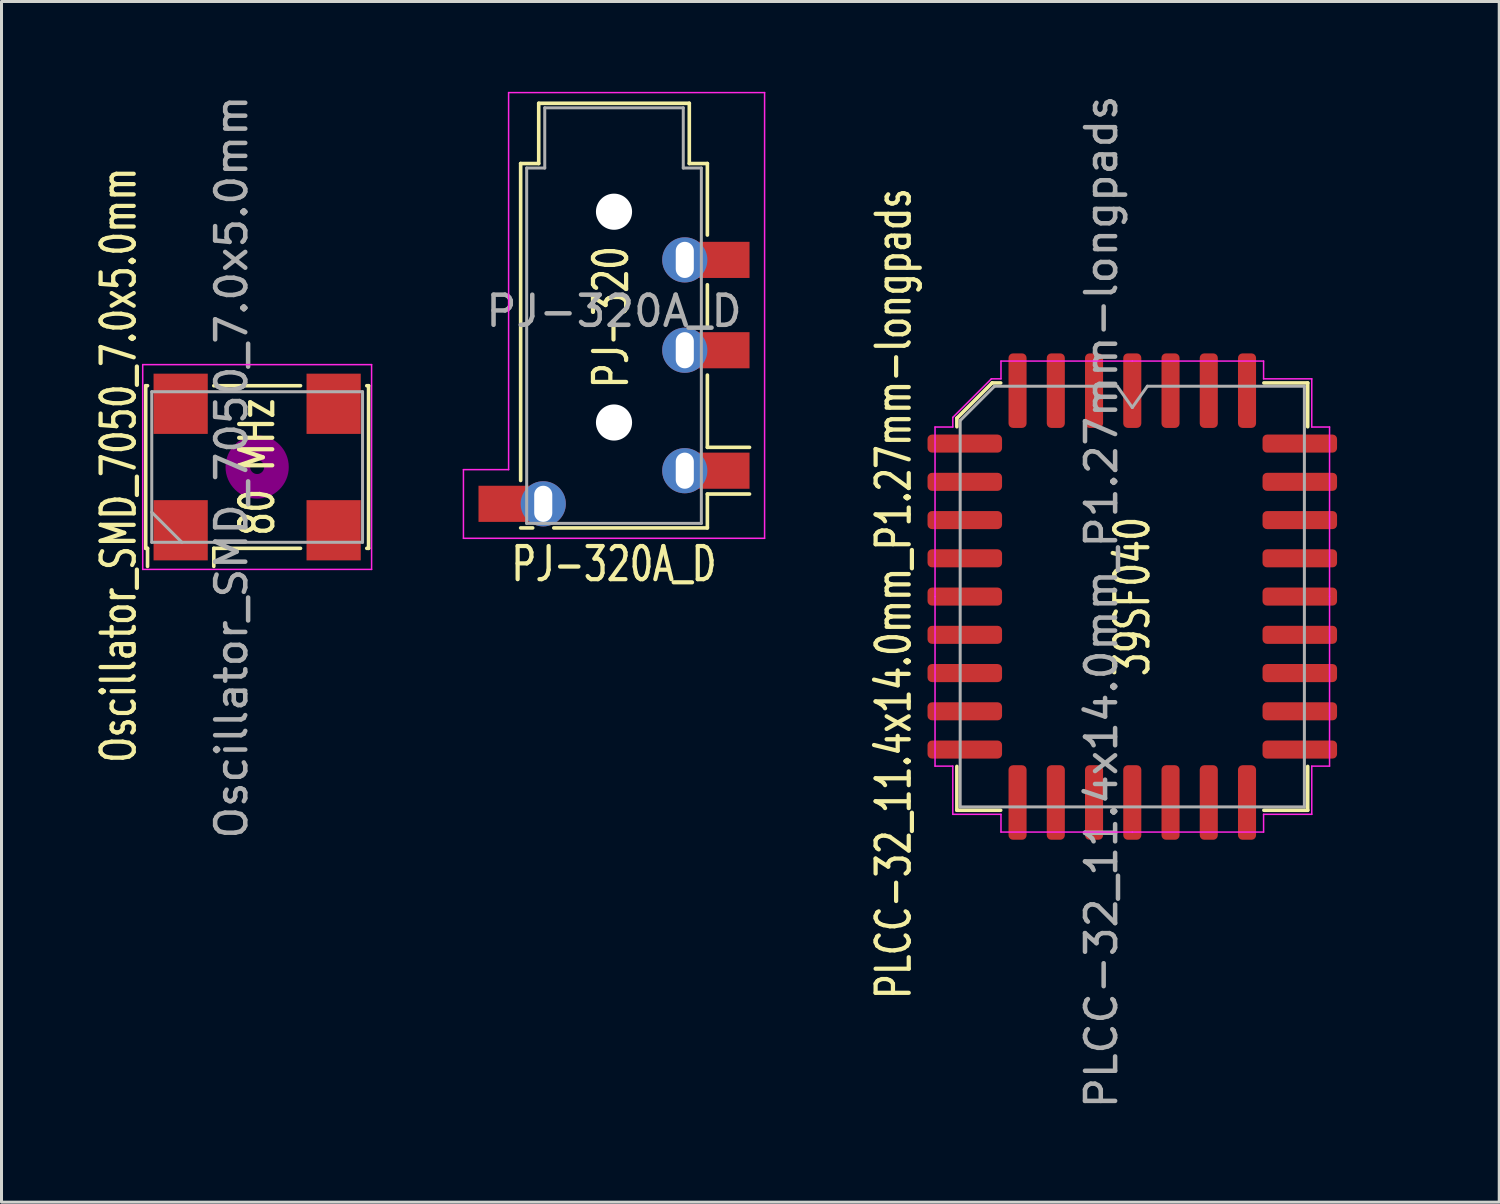
<source format=kicad_pcb>
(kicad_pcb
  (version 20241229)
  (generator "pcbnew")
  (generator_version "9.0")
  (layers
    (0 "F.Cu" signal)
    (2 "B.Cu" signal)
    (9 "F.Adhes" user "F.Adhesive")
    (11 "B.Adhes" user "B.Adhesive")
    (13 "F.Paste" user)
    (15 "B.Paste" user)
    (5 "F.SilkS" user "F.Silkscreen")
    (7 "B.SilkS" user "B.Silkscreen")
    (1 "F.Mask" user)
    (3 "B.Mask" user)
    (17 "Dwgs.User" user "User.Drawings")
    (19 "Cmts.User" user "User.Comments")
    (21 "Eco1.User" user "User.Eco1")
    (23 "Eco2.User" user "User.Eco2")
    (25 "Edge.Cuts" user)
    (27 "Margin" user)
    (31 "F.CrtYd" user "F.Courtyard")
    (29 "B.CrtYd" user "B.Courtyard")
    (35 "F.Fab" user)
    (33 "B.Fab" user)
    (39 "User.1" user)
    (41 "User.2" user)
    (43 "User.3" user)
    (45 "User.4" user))
  (footprint "Oscillator_SMD_7050_7.0x5.0mm"
    (layer "F.Cu")
    (at 5.489 12.458)
    (property "Reference" "Oscillator_SMD_7050_7.0x5.0mm" (at -4.6 -0.062 90) (layer "F.SilkS") (effects (font (size 1.1 0.8) (thickness 0.14))))
    (property "Value" "80 MHz" (at 1.05 0 90) (layer "F.Fab") (hide yes) (effects (font (size 1 0.8) (thickness 0.15))))
    (attr smd)
    (fp_line (start -3.7 -2.7) (end -3.64 -2.7) (stroke (width 0.12) (type solid)) (layer "F.SilkS"))
    (fp_line (start -3.7 2.7) (end -3.7 -2.7) (stroke (width 0.12) (type solid)) (layer "F.SilkS"))
    (fp_line (start -3.64 2.7) (end -3.7 2.7) (stroke (width 0.12) (type solid)) (layer "F.SilkS"))
    (fp_line (start -3.64 3.3) (end -3.64 2.7) (stroke (width 0.12) (type solid)) (layer "F.SilkS"))
    (fp_line (start -1.44 -2.7) (end 1.44 -2.7) (stroke (width 0.12) (type solid)) (layer "F.SilkS"))
    (fp_line (start -1.44 2.7) (end -1.44 3.3) (stroke (width 0.12) (type solid)) (layer "F.SilkS"))
    (fp_line (start 1.44 2.7) (end -1.44 2.7) (stroke (width 0.12) (type solid)) (layer "F.SilkS"))
    (fp_line (start 3.64 -2.7) (end 3.7 -2.7) (stroke (width 0.12) (type solid)) (layer "F.SilkS"))
    (fp_line (start 3.7 -2.7) (end 3.7 2.7) (stroke (width 0.12) (type solid)) (layer "F.SilkS"))
    (fp_line (start 3.7 2.7) (end 3.64 2.7) (stroke (width 0.12) (type solid)) (layer "F.SilkS"))
    (fp_circle (center 0 0) (end 0.233 0) (stroke (width 0.467) (type solid)) (fill no) (layer "F.Adhes"))
    (fp_circle (center 0 0) (end 0.533 0) (stroke (width 0.333) (type solid)) (fill no) (layer "F.Adhes"))
    (fp_circle (center 0 0) (end 0.833 0) (stroke (width 0.333) (type solid)) (fill no) (layer "F.Adhes"))
    (fp_circle (center 0 0) (end 1 0) (stroke (width 0.1) (type solid)) (fill no) (layer "F.Adhes"))
    (fp_line (start -3.8 -3.4) (end -3.8 3.4) (stroke (width 0.05) (type solid)) (layer "F.CrtYd"))
    (fp_line (start -3.8 3.4) (end 3.8 3.4) (stroke (width 0.05) (type solid)) (layer "F.CrtYd"))
    (fp_line (start 3.8 -3.4) (end -3.8 -3.4) (stroke (width 0.05) (type solid)) (layer "F.CrtYd"))
    (fp_line (start 3.8 3.4) (end 3.8 -3.4) (stroke (width 0.05) (type solid)) (layer "F.CrtYd"))
    (fp_line (start -3.5 -2.5) (end -3.5 2.5) (stroke (width 0.1) (type solid)) (layer "F.Fab"))
    (fp_line (start -3.5 1.5) (end -2.5 2.5) (stroke (width 0.1) (type solid)) (layer "F.Fab"))
    (fp_line (start -3.5 2.5) (end 3.5 2.5) (stroke (width 0.1) (type solid)) (layer "F.Fab"))
    (fp_line (start 3.5 -2.5) (end -3.5 -2.5) (stroke (width 0.1) (type solid)) (layer "F.Fab"))
    (fp_line (start 3.5 2.5) (end 3.5 -2.5) (stroke (width 0.1) (type solid)) (layer "F.Fab"))
    (fp_text user "${VALUE}" (at 0 0 90) (layer "F.SilkS") (effects (font (size 1.1 0.8) (thickness 0.14))))
    (fp_text user "${REFERENCE}" (at -0.85 0 90) (layer "F.Fab") (effects (font (size 1 1) (thickness 0.15))))
    (pad "1" smd rect (at -2.54 2.1) (size 1.8 2) (layers "F.Cu" "F.Mask" "F.Paste"))
    (pad "2" smd rect (at 2.54 2.1) (size 1.8 2) (layers "F.Cu" "F.Mask" "F.Paste"))
    (pad "3" smd rect (at 2.54 -2.1) (size 1.8 2) (layers "F.Cu" "F.Mask" "F.Paste"))
    (pad "4" smd rect (at -2.54 -2.1) (size 1.8 2) (layers "F.Cu" "F.Mask" "F.Paste")))
  (footprint "PLCC-32_11.4x14.0mm_P1.27mm-longpads"
    (layer "F.Cu")
    (at 34.549 16.76)
    (property "Reference" "PLCC-32_11.4x14.0mm_P1.27mm-longpads" (at -7.925 -0.1 90) (unlocked yes) (layer "F.SilkS") (effects (font (size 1.1 0.8) (thickness 0.14))))
    (property "Value" "39SF040" (at 1.059 0.153 90) (layer "F.Fab") (hide yes) (effects (font (size 1 1) (thickness 0.15))))
    (attr smd)
    (fp_line (start -5.825 -5.923) (end -5.825 -5.64) (stroke (width 0.12) (type solid)) (layer "F.SilkS"))
    (fp_line (start -5.825 7.095) (end -5.825 5.64) (stroke (width 0.12) (type solid)) (layer "F.SilkS"))
    (fp_line (start -4.653 -7.095) (end -5.825 -5.923) (stroke (width 0.12) (type solid)) (layer "F.SilkS"))
    (fp_line (start -4.37 -7.095) (end -4.653 -7.095) (stroke (width 0.12) (type solid)) (layer "F.SilkS"))
    (fp_line (start -4.37 7.095) (end -5.825 7.095) (stroke (width 0.12) (type solid)) (layer "F.SilkS"))
    (fp_line (start 4.37 -7.095) (end 5.825 -7.095) (stroke (width 0.12) (type solid)) (layer "F.SilkS"))
    (fp_line (start 4.37 7.095) (end 5.825 7.095) (stroke (width 0.12) (type solid)) (layer "F.SilkS"))
    (fp_line (start 5.825 -7.095) (end 5.825 -5.64) (stroke (width 0.12) (type solid)) (layer "F.SilkS"))
    (fp_line (start 5.825 7.095) (end 5.825 5.64) (stroke (width 0.12) (type solid)) (layer "F.SilkS"))
    (fp_line (start -9.125 -9.4) (end -9.125 10.4) (stroke (width 0.12) (type solid)) (layer "Eco1.User"))
    (fp_line (start -9.125 10.4) (end 9.125 10.4) (stroke (width 0.12) (type solid)) (layer "Eco1.User"))
    (fp_line (start -8.125 -10.4) (end -9.125 -9.4) (stroke (width 0.12) (type solid)) (layer "Eco1.User"))
    (fp_line (start 9.125 -10.4) (end -8.125 -10.4) (stroke (width 0.12) (type solid)) (layer "Eco1.User"))
    (fp_line (start 9.125 10.4) (end 9.125 -10.4) (stroke (width 0.12) (type solid)) (layer "Eco1.User"))
    (fp_line (start -6.55 -5.63) (end -6.55 0) (stroke (width 0.05) (type solid)) (layer "F.CrtYd"))
    (fp_line (start -6.55 5.63) (end -6.55 0) (stroke (width 0.05) (type solid)) (layer "F.CrtYd"))
    (fp_line (start -5.96 -5.95) (end -5.96 -5.63) (stroke (width 0.05) (type solid)) (layer "F.CrtYd"))
    (fp_line (start -5.96 -5.63) (end -6.55 -5.63) (stroke (width 0.05) (type solid)) (layer "F.CrtYd"))
    (fp_line (start -5.96 5.63) (end -6.55 5.63) (stroke (width 0.05) (type solid)) (layer "F.CrtYd"))
    (fp_line (start -5.96 7.23) (end -5.96 5.63) (stroke (width 0.05) (type solid)) (layer "F.CrtYd"))
    (fp_line (start -4.68 -7.23) (end -5.96 -5.95) (stroke (width 0.05) (type solid)) (layer "F.CrtYd"))
    (fp_line (start -4.36 -7.82) (end -4.36 -7.23) (stroke (width 0.05) (type solid)) (layer "F.CrtYd"))
    (fp_line (start -4.36 -7.23) (end -4.68 -7.23) (stroke (width 0.05) (type solid)) (layer "F.CrtYd"))
    (fp_line (start -4.36 7.23) (end -5.96 7.23) (stroke (width 0.05) (type solid)) (layer "F.CrtYd"))
    (fp_line (start -4.36 7.82) (end -4.36 7.23) (stroke (width 0.05) (type solid)) (layer "F.CrtYd"))
    (fp_line (start 0 -7.82) (end -4.36 -7.82) (stroke (width 0.05) (type solid)) (layer "F.CrtYd"))
    (fp_line (start 0 -7.82) (end 4.36 -7.82) (stroke (width 0.05) (type solid)) (layer "F.CrtYd"))
    (fp_line (start 0 7.82) (end -4.36 7.82) (stroke (width 0.05) (type solid)) (layer "F.CrtYd"))
    (fp_line (start 0 7.82) (end 4.36 7.82) (stroke (width 0.05) (type solid)) (layer "F.CrtYd"))
    (fp_line (start 4.36 -7.82) (end 4.36 -7.23) (stroke (width 0.05) (type solid)) (layer "F.CrtYd"))
    (fp_line (start 4.36 -7.23) (end 5.96 -7.23) (stroke (width 0.05) (type solid)) (layer "F.CrtYd"))
    (fp_line (start 4.36 7.23) (end 5.96 7.23) (stroke (width 0.05) (type solid)) (layer "F.CrtYd"))
    (fp_line (start 4.36 7.82) (end 4.36 7.23) (stroke (width 0.05) (type solid)) (layer "F.CrtYd"))
    (fp_line (start 5.96 -7.23) (end 5.96 -5.63) (stroke (width 0.05) (type solid)) (layer "F.CrtYd"))
    (fp_line (start 5.96 -5.63) (end 6.55 -5.63) (stroke (width 0.05) (type solid)) (layer "F.CrtYd"))
    (fp_line (start 5.96 5.63) (end 6.55 5.63) (stroke (width 0.05) (type solid)) (layer "F.CrtYd"))
    (fp_line (start 5.96 7.23) (end 5.96 5.63) (stroke (width 0.05) (type solid)) (layer "F.CrtYd"))
    (fp_line (start 6.55 -5.63) (end 6.55 0) (stroke (width 0.05) (type solid)) (layer "F.CrtYd"))
    (fp_line (start 6.55 5.63) (end 6.55 0) (stroke (width 0.05) (type solid)) (layer "F.CrtYd"))
    (fp_line (start -5.715 -5.845) (end -4.575 -6.985) (stroke (width 0.1) (type solid)) (layer "F.Fab"))
    (fp_line (start -5.715 6.985) (end -5.715 -5.845) (stroke (width 0.1) (type solid)) (layer "F.Fab"))
    (fp_line (start -4.575 -6.985) (end -0.5 -6.985) (stroke (width 0.1) (type solid)) (layer "F.Fab"))
    (fp_line (start -0.5 -6.985) (end 0 -6.278) (stroke (width 0.1) (type solid)) (layer "F.Fab"))
    (fp_line (start 0 -6.278) (end 0.5 -6.985) (stroke (width 0.1) (type solid)) (layer "F.Fab"))
    (fp_line (start 0.5 -6.985) (end 5.715 -6.985) (stroke (width 0.1) (type solid)) (layer "F.Fab"))
    (fp_line (start 5.715 -6.985) (end 5.715 6.985) (stroke (width 0.1) (type solid)) (layer "F.Fab"))
    (fp_line (start 5.715 6.985) (end -5.715 6.985) (stroke (width 0.1) (type solid)) (layer "F.Fab"))
    (fp_text user "${VALUE}" (at 0 0 90) (unlocked yes) (layer "F.SilkS") (effects (font (size 1.1 0.8) (thickness 0.14))))
    (fp_text user "${REFERENCE}" (at -1.025 0.175 90) (layer "F.Fab") (effects (font (size 1 1) (thickness 0.15))))
    (pad "1" smd roundrect (at 0 -6.838) (size 0.6 2.475) (layers "F.Cu" "F.Mask" "F.Paste") (roundrect_rratio 0.25))
    (pad "2" smd roundrect (at -1.27 -6.838) (size 0.6 2.475) (layers "F.Cu" "F.Mask" "F.Paste") (roundrect_rratio 0.25))
    (pad "3" smd roundrect (at -2.54 -6.838) (size 0.6 2.475) (layers "F.Cu" "F.Mask" "F.Paste") (roundrect_rratio 0.25))
    (pad "4" smd roundrect (at -3.81 -6.838) (size 0.6 2.475) (layers "F.Cu" "F.Mask" "F.Paste") (roundrect_rratio 0.25))
    (pad "5" smd roundrect (at -5.562 -5.08) (size 2.475 0.6) (layers "F.Cu" "F.Mask" "F.Paste") (roundrect_rratio 0.25))
    (pad "6" smd roundrect (at -5.562 -3.81) (size 2.475 0.6) (layers "F.Cu" "F.Mask" "F.Paste") (roundrect_rratio 0.25))
    (pad "7" smd roundrect (at -5.562 -2.54) (size 2.475 0.6) (layers "F.Cu" "F.Mask" "F.Paste") (roundrect_rratio 0.25))
    (pad "8" smd roundrect (at -5.562 -1.27) (size 2.475 0.6) (layers "F.Cu" "F.Mask" "F.Paste") (roundrect_rratio 0.25))
    (pad "9" smd roundrect (at -5.562 0) (size 2.475 0.6) (layers "F.Cu" "F.Mask" "F.Paste") (roundrect_rratio 0.25))
    (pad "10" smd roundrect (at -5.562 1.27) (size 2.475 0.6) (layers "F.Cu" "F.Mask" "F.Paste") (roundrect_rratio 0.25))
    (pad "11" smd roundrect (at -5.562 2.54) (size 2.475 0.6) (layers "F.Cu" "F.Mask" "F.Paste") (roundrect_rratio 0.25))
    (pad "12" smd roundrect (at -5.562 3.81) (size 2.475 0.6) (layers "F.Cu" "F.Mask" "F.Paste") (roundrect_rratio 0.25))
    (pad "13" smd roundrect (at -5.562 5.08) (size 2.475 0.6) (layers "F.Cu" "F.Mask" "F.Paste") (roundrect_rratio 0.25))
    (pad "14" smd roundrect (at -3.81 6.838) (size 0.6 2.475) (layers "F.Cu" "F.Mask" "F.Paste") (roundrect_rratio 0.25))
    (pad "15" smd roundrect (at -2.54 6.838) (size 0.6 2.475) (layers "F.Cu" "F.Mask" "F.Paste") (roundrect_rratio 0.25))
    (pad "16" smd roundrect (at -1.27 6.838) (size 0.6 2.475) (layers "F.Cu" "F.Mask" "F.Paste") (roundrect_rratio 0.25))
    (pad "17" smd roundrect (at 0 6.838) (size 0.6 2.475) (layers "F.Cu" "F.Mask" "F.Paste") (roundrect_rratio 0.25))
    (pad "18" smd roundrect (at 1.27 6.838) (size 0.6 2.475) (layers "F.Cu" "F.Mask" "F.Paste") (roundrect_rratio 0.25))
    (pad "19" smd roundrect (at 2.54 6.838) (size 0.6 2.475) (layers "F.Cu" "F.Mask" "F.Paste") (roundrect_rratio 0.25))
    (pad "20" smd roundrect (at 3.81 6.838) (size 0.6 2.475) (layers "F.Cu" "F.Mask" "F.Paste") (roundrect_rratio 0.25))
    (pad "21" smd roundrect (at 5.562 5.08) (size 2.475 0.6) (layers "F.Cu" "F.Mask" "F.Paste") (roundrect_rratio 0.25))
    (pad "22" smd roundrect (at 5.562 3.81) (size 2.475 0.6) (layers "F.Cu" "F.Mask" "F.Paste") (roundrect_rratio 0.25))
    (pad "23" smd roundrect (at 5.562 2.54) (size 2.475 0.6) (layers "F.Cu" "F.Mask" "F.Paste") (roundrect_rratio 0.25))
    (pad "24" smd roundrect (at 5.562 1.27) (size 2.475 0.6) (layers "F.Cu" "F.Mask" "F.Paste") (roundrect_rratio 0.25))
    (pad "25" smd roundrect (at 5.562 0) (size 2.475 0.6) (layers "F.Cu" "F.Mask" "F.Paste") (roundrect_rratio 0.25))
    (pad "26" smd roundrect (at 5.562 -1.27) (size 2.475 0.6) (layers "F.Cu" "F.Mask" "F.Paste") (roundrect_rratio 0.25))
    (pad "27" smd roundrect (at 5.562 -2.54) (size 2.475 0.6) (layers "F.Cu" "F.Mask" "F.Paste") (roundrect_rratio 0.25))
    (pad "28" smd roundrect (at 5.562 -3.81) (size 2.475 0.6) (layers "F.Cu" "F.Mask" "F.Paste") (roundrect_rratio 0.25))
    (pad "29" smd roundrect (at 5.562 -5.08) (size 2.475 0.6) (layers "F.Cu" "F.Mask" "F.Paste") (roundrect_rratio 0.25))
    (pad "30" smd roundrect (at 3.81 -6.838) (size 0.6 2.475) (layers "F.Cu" "F.Mask" "F.Paste") (roundrect_rratio 0.25))
    (pad "31" smd roundrect (at 2.54 -6.838) (size 0.6 2.475) (layers "F.Cu" "F.Mask" "F.Paste") (roundrect_rratio 0.25))
    (pad "32" smd roundrect (at 1.27 -6.838) (size 0.6 2.475) (layers "F.Cu" "F.Mask" "F.Paste") (roundrect_rratio 0.25)))
  (footprint "PJ-320A_D"
    (layer "F.Cu")
    (at 17.339 7.48)
    (property "Reference" "PJ-320A_D" (at 0 8.2 180) (layer "F.SilkS") (effects (font (size 1.1 0.8) (thickness 0.14))))
    (property "Value" "PJ-320" (at 0 1.515 0) (layer "F.Fab") (hide yes) (effects (font (size 1 0.9) (thickness 0.15))))
    (attr smd)
    (fp_line (start -3.1 5.425) (end -3.1 -5.1) (stroke (width 0.12) (type solid)) (layer "F.SilkS"))
    (fp_line (start -3.1 7) (end -2.7 7) (stroke (width 0.12) (type solid)) (layer "F.SilkS"))
    (fp_line (start -2.5 -5.1) (end -3.1 -5.1) (stroke (width 0.12) (type solid)) (layer "F.SilkS"))
    (fp_line (start -2.5 -5.1) (end -2.5 -7.1) (stroke (width 0.12) (type solid)) (layer "F.SilkS"))
    (fp_line (start -2 7) (end 3.1 7) (stroke (width 0.12) (type solid)) (layer "F.SilkS"))
    (fp_line (start 2.5 -7.1) (end -2.5 -7.1) (stroke (width 0.12) (type solid)) (layer "F.SilkS"))
    (fp_line (start 2.5 -5.1) (end 2.5 -7.1) (stroke (width 0.12) (type solid)) (layer "F.SilkS"))
    (fp_line (start 3.1 -5.1) (end 2.5 -5.1) (stroke (width 0.12) (type solid)) (layer "F.SilkS"))
    (fp_line (start 3.1 -5.1) (end 3.1 -2.725) (stroke (width 0.12) (type solid)) (layer "F.SilkS"))
    (fp_line (start 3.1 -1.075) (end 3.1 0.275) (stroke (width 0.12) (type solid)) (layer "F.SilkS"))
    (fp_line (start 3.1 1.925) (end 3.1 4.325) (stroke (width 0.12) (type solid)) (layer "F.SilkS"))
    (fp_line (start 3.1 4.325) (end 4.5 4.325) (stroke (width 0.12) (type solid)) (layer "F.SilkS"))
    (fp_line (start 3.1 5.875) (end 3.1 7) (stroke (width 0.12) (type solid)) (layer "F.SilkS"))
    (fp_line (start 3.1 5.875) (end 4.5 5.875) (stroke (width 0.12) (type solid)) (layer "F.SilkS"))
    (fp_line (start -5 5.065) (end -3.5 5.065) (stroke (width 0.05) (type solid)) (layer "F.CrtYd"))
    (fp_line (start -5 7.345) (end -5 5.065) (stroke (width 0.05) (type solid)) (layer "F.CrtYd"))
    (fp_line (start -5 7.345) (end 5 7.345) (stroke (width 0.05) (type solid)) (layer "F.CrtYd"))
    (fp_line (start -3.5 -7.455) (end 5 -7.455) (stroke (width 0.05) (type solid)) (layer "F.CrtYd"))
    (fp_line (start -3.5 5.065) (end -3.5 -7.455) (stroke (width 0.05) (type solid)) (layer "F.CrtYd"))
    (fp_line (start 5 -7.455) (end 5 7.345) (stroke (width 0.05) (type solid)) (layer "F.CrtYd"))
    (fp_line (start -2.9 -4.95) (end -2.3 -4.95) (stroke (width 0.1) (type solid)) (layer "F.Fab"))
    (fp_line (start -2.9 6.85) (end -2.9 -4.95) (stroke (width 0.1) (type solid)) (layer "F.Fab"))
    (fp_line (start -2.3 -6.95) (end 2.3 -6.95) (stroke (width 0.1) (type solid)) (layer "F.Fab"))
    (fp_line (start -2.3 -4.95) (end -2.3 -6.95) (stroke (width 0.1) (type solid)) (layer "F.Fab"))
    (fp_line (start 2.3 -6.95) (end 2.3 -4.95) (stroke (width 0.1) (type solid)) (layer "F.Fab"))
    (fp_line (start 2.3 -4.95) (end 2.9 -4.95) (stroke (width 0.1) (type solid)) (layer "F.Fab"))
    (fp_line (start 2.9 -4.95) (end 2.9 6.85) (stroke (width 0.1) (type solid)) (layer "F.Fab"))
    (fp_line (start 2.9 6.85) (end -2.9 6.85) (stroke (width 0.1) (type solid)) (layer "F.Fab"))
    (fp_text user "${VALUE}" (at -0.1 0 90) (layer "F.SilkS") (effects (font (size 1.1 0.8) (thickness 0.14))))
    (fp_text user "${REFERENCE}" (at 0 -0.2 0) (layer "F.Fab") (effects (font (size 1 1) (thickness 0.15))))
    (pad "" np_thru_hole circle (at 0 -3.5 270) (size 1.2 1.2) (drill 1.2) (layers "*.Cu" "*.Mask"))
    (pad "" np_thru_hole circle (at 0 3.5 270) (size 1.2 1.2) (drill 1.2) (layers "*.Cu" "*.Mask"))
    (pad "R1" thru_hole circle (at 2.35 1.1 270) (size 1.5 1.5) (drill oval 1.2 0.6) (layers "*.Cu" "*.Mask"))
    (pad "R1" smd rect (at 3.25 1.1 270) (size 1.2 2.5) (layers "F.Cu" "F.Mask" "F.Paste"))
    (pad "R2" thru_hole circle (at 2.35 -1.9 270) (size 1.5 1.5) (drill oval 1.2 0.6) (layers "*.Cu" "*.Mask"))
    (pad "R2" smd rect (at 3.25 -1.9 270) (size 1.2 2.5) (layers "F.Cu" "F.Mask" "F.Paste"))
    (pad "S" smd rect (at -3.25 6.2 270) (size 1.2 2.5) (layers "F.Cu" "F.Mask" "F.Paste"))
    (pad "S" thru_hole circle (at -2.35 6.2 270) (size 1.5 1.5) (drill oval 1.2 0.6) (layers "*.Cu" "*.Mask"))
    (pad "T" thru_hole circle (at 2.35 5.1 270) (size 1.5 1.5) (drill oval 1.2 0.6) (layers "*.Cu" "*.Mask"))
    (pad "T" smd rect (at 3.25 5.1 270) (size 1.2 2.5) (layers "F.Cu" "F.Mask" "F.Paste")))
  (gr_rect
    (start -3 -3)
    (end 46.734 36.869)
    (stroke (width 0.1) (type default))
    (fill no)
    (layer "Edge.Cuts")))
</source>
